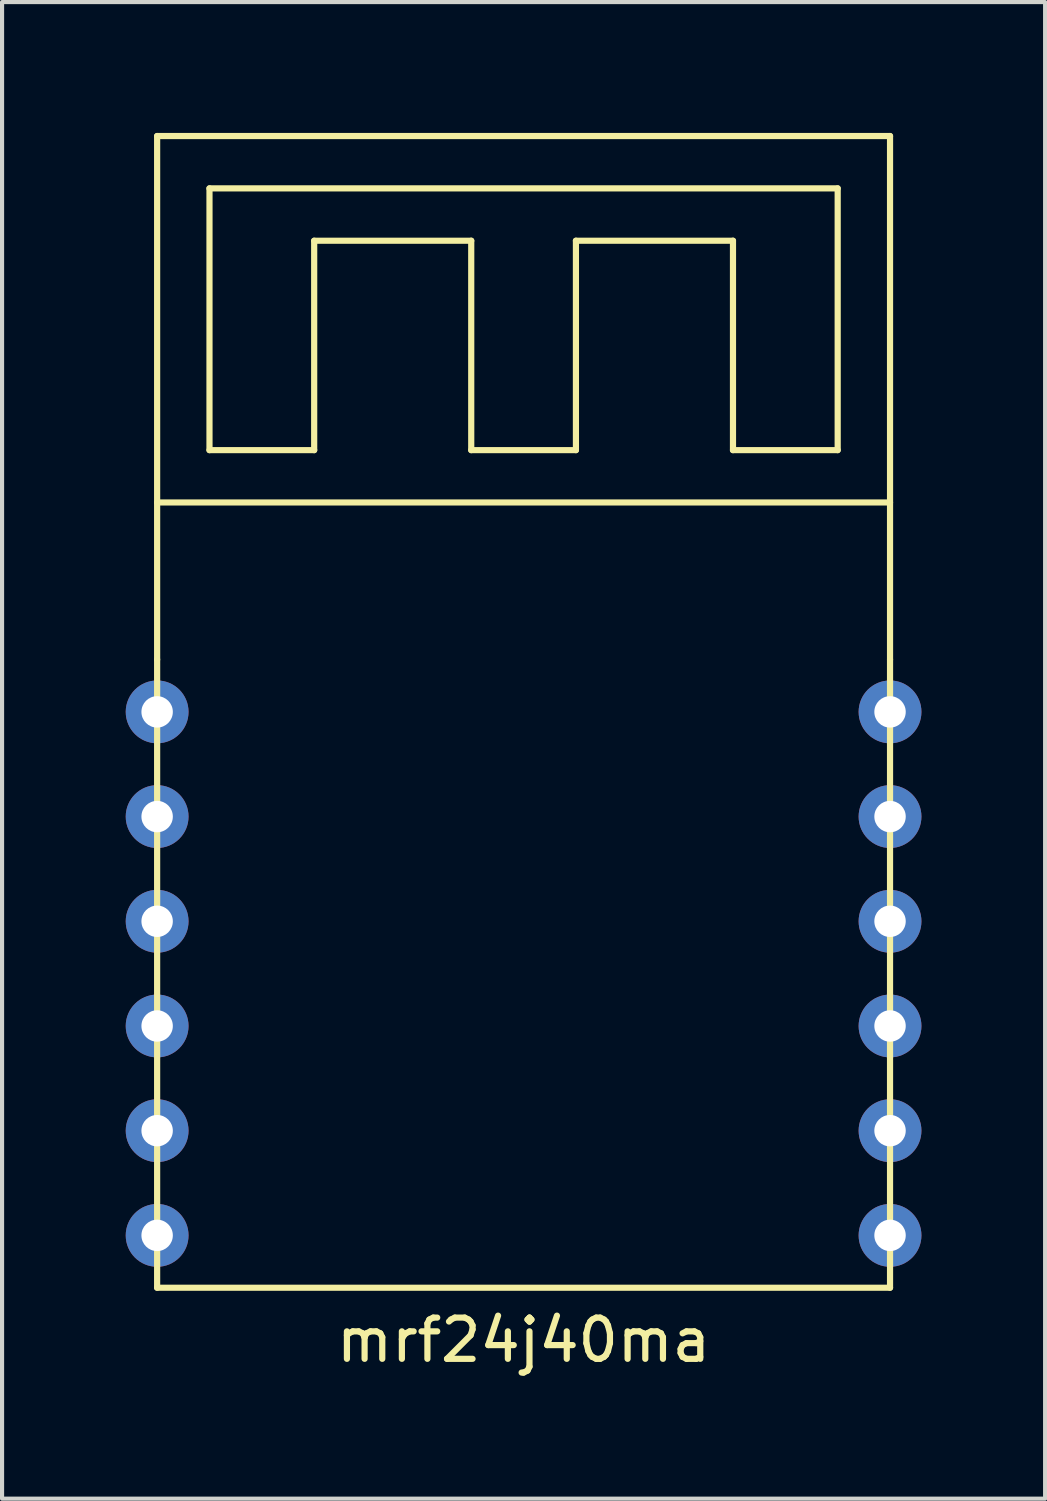
<source format=kicad_pcb>
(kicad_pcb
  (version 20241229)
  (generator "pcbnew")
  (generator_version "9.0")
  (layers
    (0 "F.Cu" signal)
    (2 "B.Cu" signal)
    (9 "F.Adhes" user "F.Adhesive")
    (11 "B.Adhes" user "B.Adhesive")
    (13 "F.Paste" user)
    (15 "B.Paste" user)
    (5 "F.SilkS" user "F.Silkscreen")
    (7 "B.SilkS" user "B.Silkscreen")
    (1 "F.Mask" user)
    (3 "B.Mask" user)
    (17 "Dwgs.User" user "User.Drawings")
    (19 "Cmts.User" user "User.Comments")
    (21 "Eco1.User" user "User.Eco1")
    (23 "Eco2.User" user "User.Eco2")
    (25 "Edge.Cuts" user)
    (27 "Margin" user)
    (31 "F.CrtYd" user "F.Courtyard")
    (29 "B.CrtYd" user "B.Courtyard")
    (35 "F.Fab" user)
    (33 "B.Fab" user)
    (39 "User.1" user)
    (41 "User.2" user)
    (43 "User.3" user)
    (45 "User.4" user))
  (footprint "mrf24j40ma"
    (layer "F.Cu")
    (at 9.652 0.25)
    (property "Reference" "mrf24j40ma" (at 0 29.21 0) (layer "F.SilkS") (effects (font (size 1 1) (thickness 0.15))))
    (attr through_hole)
    (fp_line (start -8.89 0) (end 8.89 0) (stroke (width 0.15) (type solid)) (layer "F.SilkS"))
    (fp_line (start -8.89 8.89) (end 8.89 8.89) (stroke (width 0.15) (type solid)) (layer "F.SilkS"))
    (fp_line (start -8.89 12.7) (end -8.89 0) (stroke (width 0.15) (type solid)) (layer "F.SilkS"))
    (fp_line (start -8.89 27.94) (end -8.89 12.7) (stroke (width 0.15) (type solid)) (layer "F.SilkS"))
    (fp_line (start -8.89 27.94) (end 8.89 27.94) (stroke (width 0.15) (type solid)) (layer "F.SilkS"))
    (fp_line (start -7.62 1.27) (end 7.62 1.27) (stroke (width 0.15) (type solid)) (layer "F.SilkS"))
    (fp_line (start -7.62 7.62) (end -7.62 1.27) (stroke (width 0.15) (type solid)) (layer "F.SilkS"))
    (fp_line (start -5.08 2.54) (end -5.08 7.62) (stroke (width 0.15) (type solid)) (layer "F.SilkS"))
    (fp_line (start -5.08 7.62) (end -7.62 7.62) (stroke (width 0.15) (type solid)) (layer "F.SilkS"))
    (fp_line (start -1.27 2.54) (end -5.08 2.54) (stroke (width 0.15) (type solid)) (layer "F.SilkS"))
    (fp_line (start -1.27 7.62) (end -1.27 2.54) (stroke (width 0.15) (type solid)) (layer "F.SilkS"))
    (fp_line (start 1.27 2.54) (end 1.27 7.62) (stroke (width 0.15) (type solid)) (layer "F.SilkS"))
    (fp_line (start 1.27 7.62) (end -1.27 7.62) (stroke (width 0.15) (type solid)) (layer "F.SilkS"))
    (fp_line (start 5.08 2.54) (end 1.27 2.54) (stroke (width 0.15) (type solid)) (layer "F.SilkS"))
    (fp_line (start 5.08 7.62) (end 5.08 2.54) (stroke (width 0.15) (type solid)) (layer "F.SilkS"))
    (fp_line (start 7.62 1.27) (end 7.62 7.62) (stroke (width 0.15) (type solid)) (layer "F.SilkS"))
    (fp_line (start 7.62 7.62) (end 5.08 7.62) (stroke (width 0.15) (type solid)) (layer "F.SilkS"))
    (fp_line (start 8.89 0) (end 8.89 12.7) (stroke (width 0.15) (type solid)) (layer "F.SilkS"))
    (fp_line (start 8.89 12.7) (end 8.89 27.94) (stroke (width 0.15) (type solid)) (layer "F.SilkS"))
    (pad "1" thru_hole circle (at -8.89 13.97) (size 1.524 1.524) (drill 0.762) (layers "*.Cu" "*.Mask"))
    (pad "2" thru_hole circle (at -8.89 16.51) (size 1.524 1.524) (drill 0.762) (layers "*.Cu" "*.Mask"))
    (pad "3" thru_hole circle (at -8.89 19.05) (size 1.524 1.524) (drill 0.762) (layers "*.Cu" "*.Mask"))
    (pad "4" thru_hole circle (at -8.89 21.59) (size 1.524 1.524) (drill 0.762) (layers "*.Cu" "*.Mask"))
    (pad "5" thru_hole circle (at -8.89 24.13) (size 1.524 1.524) (drill 0.762) (layers "*.Cu" "*.Mask"))
    (pad "6" thru_hole circle (at -8.89 26.67) (size 1.524 1.524) (drill 0.762) (layers "*.Cu" "*.Mask"))
    (pad "7" thru_hole circle (at 8.89 13.97) (size 1.524 1.524) (drill 0.762) (layers "*.Cu" "*.Mask"))
    (pad "8" thru_hole circle (at 8.89 16.51) (size 1.524 1.524) (drill 0.762) (layers "*.Cu" "*.Mask"))
    (pad "9" thru_hole circle (at 8.89 19.05) (size 1.524 1.524) (drill 0.762) (layers "*.Cu" "*.Mask"))
    (pad "10" thru_hole circle (at 8.89 21.59) (size 1.524 1.524) (drill 0.762) (layers "*.Cu" "*.Mask"))
    (pad "11" thru_hole circle (at 8.89 24.13) (size 1.524 1.524) (drill 0.762) (layers "*.Cu" "*.Mask"))
    (pad "12" thru_hole circle (at 8.89 26.67) (size 1.524 1.524) (drill 0.762) (layers "*.Cu" "*.Mask")))
  (gr_rect
    (start -3 -3)
    (end 22.304 33.308)
    (stroke (width 0.1) (type default))
    (fill no)
    (layer "Edge.Cuts")))
</source>
